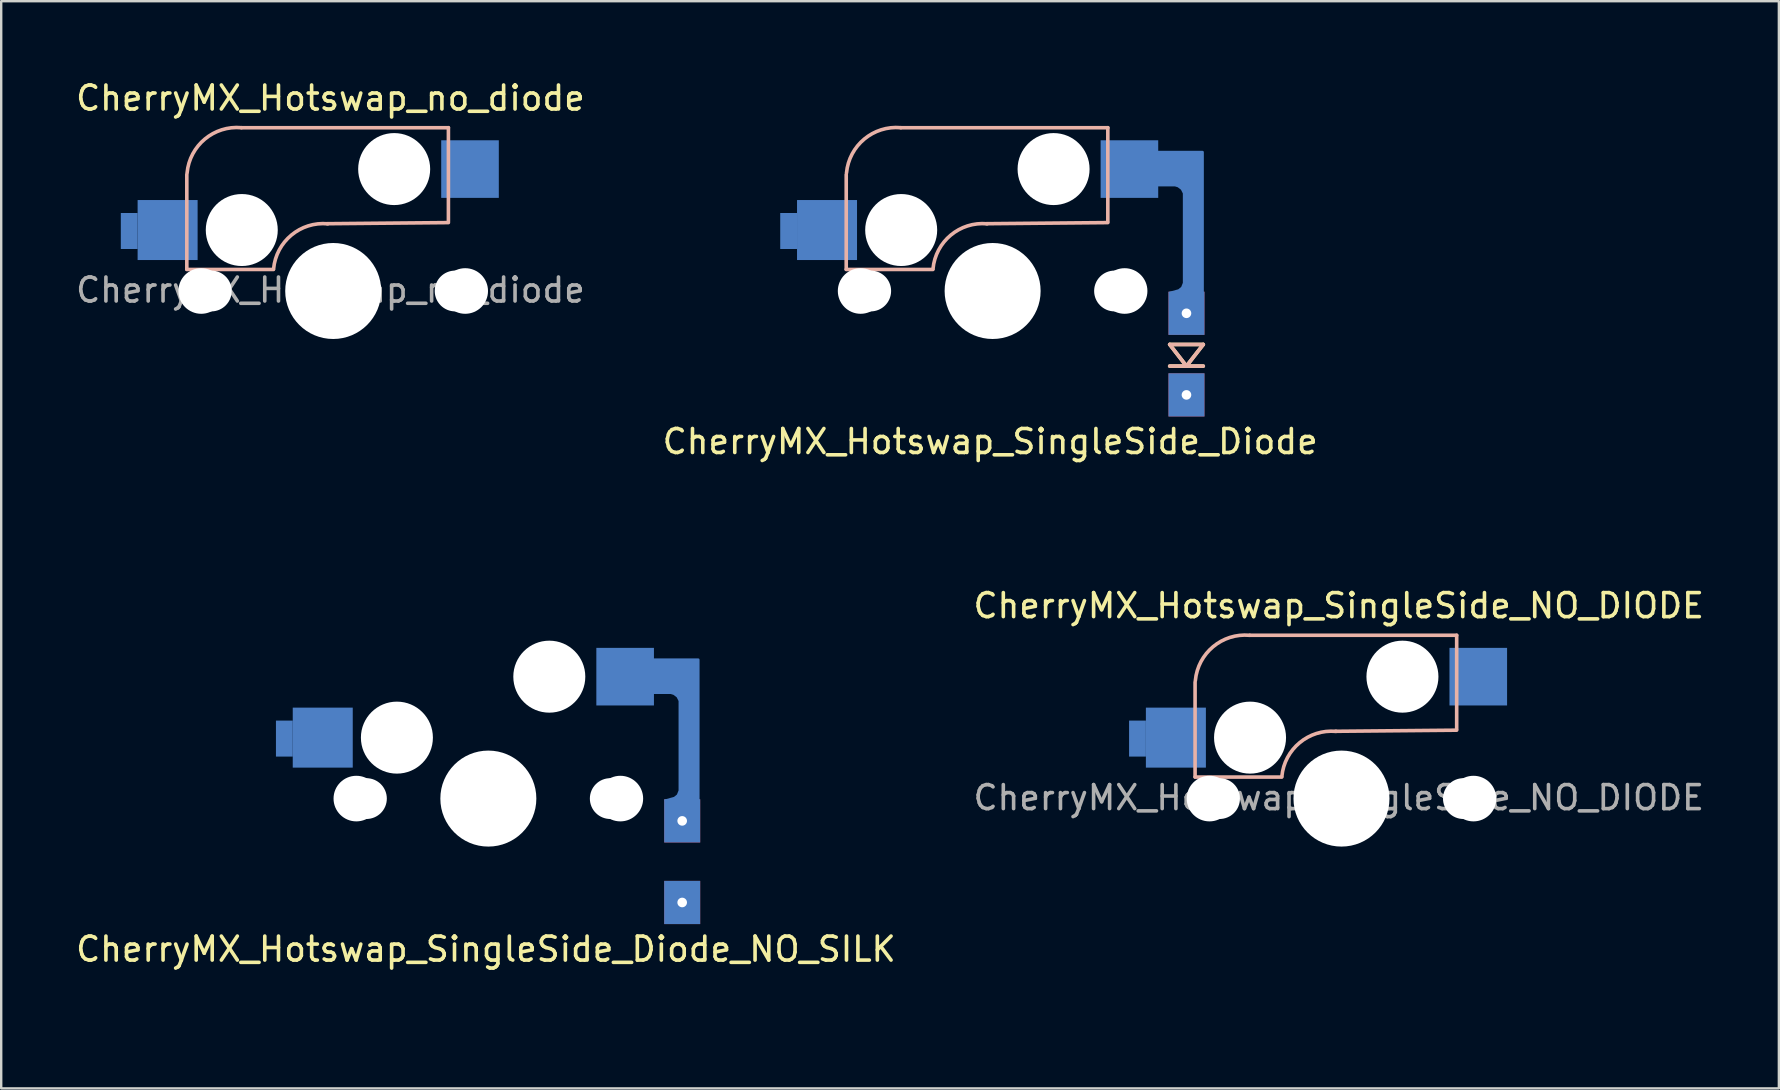
<source format=kicad_pcb>
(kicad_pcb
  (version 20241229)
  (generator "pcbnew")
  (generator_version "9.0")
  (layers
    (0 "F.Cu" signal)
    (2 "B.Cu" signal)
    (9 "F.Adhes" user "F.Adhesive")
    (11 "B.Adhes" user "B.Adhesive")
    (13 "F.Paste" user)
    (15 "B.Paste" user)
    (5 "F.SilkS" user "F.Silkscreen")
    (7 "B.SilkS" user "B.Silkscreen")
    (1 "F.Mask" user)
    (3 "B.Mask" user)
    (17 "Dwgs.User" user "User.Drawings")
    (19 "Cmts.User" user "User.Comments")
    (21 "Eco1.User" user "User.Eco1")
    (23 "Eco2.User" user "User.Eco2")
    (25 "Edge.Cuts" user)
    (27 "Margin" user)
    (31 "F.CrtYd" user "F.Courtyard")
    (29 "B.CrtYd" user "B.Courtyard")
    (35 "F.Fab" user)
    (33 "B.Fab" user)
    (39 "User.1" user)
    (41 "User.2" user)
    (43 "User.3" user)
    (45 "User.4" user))
  (footprint "CherryMX_Hotswap_SingleSide_Diode"
    (layer "F.Cu")
    (at 38.196 9.037)
    (property "Reference" "CherryMX_Hotswap_SingleSide_Diode" (at 0.013 6.312 0) (layer "F.SilkS") (effects (font (size 1 1) (thickness 0.15))))
    (attr through_hole)
    (fp_line (start 7.492 2.267) (end 8.892 2.267) (stroke (width 0.15) (type solid)) (layer "F.SilkS"))
    (fp_line (start 7.492 3.167) (end 8.892 3.167) (stroke (width 0.15) (type solid)) (layer "F.SilkS"))
    (fp_line (start 8.191 3.167) (end 7.492 2.267) (stroke (width 0.15) (type solid)) (layer "F.SilkS"))
    (fp_line (start 8.892 2.267) (end 8.191 3.167) (stroke (width 0.15) (type solid)) (layer "F.SilkS"))
    (fp_line (start -5.986 -4.812) (end -5.986 -0.867) (stroke (width 0.15) (type solid)) (layer "B.SilkS"))
    (fp_line (start -5.986 -0.858) (end -2.376 -0.858) (stroke (width 0.15) (type solid)) (layer "B.SilkS"))
    (fp_line (start 4.914 -6.766) (end -3.711 -6.766) (stroke (width 0.15) (type solid)) (layer "B.SilkS"))
    (fp_line (start 4.914 -2.858) (end 4.914 -6.766) (stroke (width 0.15) (type solid)) (layer "B.SilkS"))
    (fp_line (start 4.914 -2.812) (end -0.136 -2.766) (stroke (width 0.15) (type solid)) (layer "B.SilkS"))
    (fp_line (start 7.492 2.267) (end 8.892 2.267) (stroke (width 0.15) (type solid)) (layer "B.SilkS"))
    (fp_line (start 7.492 3.167) (end 8.892 3.167) (stroke (width 0.15) (type solid)) (layer "B.SilkS"))
    (fp_line (start 8.191 3.167) (end 7.492 2.267) (stroke (width 0.15) (type solid)) (layer "B.SilkS"))
    (fp_line (start 8.892 2.267) (end 8.191 3.167) (stroke (width 0.15) (type solid)) (layer "B.SilkS"))
    (fp_arc (start -5.9747 -4.8819) (mid -5.232889 -6.29279) (end -3.7107 -6.7659) (stroke (width 0.15) (type solid)) (layer "B.SilkS"))
    (fp_arc (start -2.370699 -0.881901) (mid -1.63006 -2.289962) (end -0.1107 -2.7619) (stroke (width 0.15) (type solid)) (layer "B.SilkS"))
    (fp_line (start -8.886 -8.962) (end 9.114 -8.962) (stroke (width 0.15) (type solid)) (layer "Eco2.User"))
    (fp_line (start -8.886 9.038) (end -8.886 -8.962) (stroke (width 0.15) (type solid)) (layer "Eco2.User"))
    (fp_line (start -6.986 -7.062) (end -6.986 7.138) (stroke (width 0.15) (type solid)) (layer "Eco2.User"))
    (fp_line (start -6.986 7.138) (end 7.214 7.138) (stroke (width 0.15) (type solid)) (layer "Eco2.User"))
    (fp_line (start 7.214 -7.062) (end -6.986 -7.062) (stroke (width 0.15) (type solid)) (layer "Eco2.User"))
    (fp_line (start 7.214 7.138) (end 7.214 -7.062) (stroke (width 0.15) (type solid)) (layer "Eco2.User"))
    (fp_line (start 9.114 -8.962) (end 9.114 9.038) (stroke (width 0.15) (type solid)) (layer "Eco2.User"))
    (fp_line (start 9.114 9.038) (end -8.886 9.038) (stroke (width 0.15) (type solid)) (layer "Eco2.User"))
    (pad "" np_thru_hole circle (at -5.386 0.038 90) (size 1.9 1.9) (drill 1.9) (layers "*.Cu" "*.Mask"))
    (pad "" np_thru_hole circle (at -4.966 0.038) (size 1.7 1.7) (drill 1.7) (layers "*.Cu" "*.Mask"))
    (pad "" np_thru_hole circle (at -3.711 -2.542 180) (size 0.1 0.1) (drill 0.1) (layers "*.Cu" "*.Mask"))
    (pad "" np_thru_hole circle (at -3.696 -2.502 180) (size 3 3) (drill 3) (layers "*.Cu" "*.Mask"))
    (pad "" np_thru_hole circle (at 0.114 0.038 90) (size 4 4) (drill 4) (layers "*.Cu" "*.Mask"))
    (pad "" np_thru_hole circle (at 2.654 -5.042 180) (size 3 3) (drill 3) (layers "*.Cu" "*.Mask"))
    (pad "" np_thru_hole circle (at 5.194 0.038) (size 1.7 1.7) (drill 1.7) (layers "*.Cu" "*.Mask"))
    (pad "" np_thru_hole circle (at 5.614 0.038 90) (size 1.9 1.9) (drill 1.9) (layers "*.Cu" "*.Mask"))
    (pad "" smd custom (at 5.814 -5.042 180) (size 2.4 2.4) (layers "B.Cu" "B.Mask" "B.Paste") (options (anchor rect)) (primitives))
    (pad "" thru_hole rect (at 8.191 0.967 90) (size 1.8 1.5) (drill 0.4) (layers "*.Cu" "*.Mask"))
    (pad "" smd custom (at 8.357 -5.245) (size 1 1) (layers "B.Cu") (options (anchor rect)) (primitives (gr_poly (pts (xy 0.508 5.359) (xy -0.851 5.359) (xy -0.483 5.258) (xy -0.343 5.144) (xy -0.267 4.953) (xy -0.267 1.206) (xy -0.356 1.029) (xy -0.508 0.914) (xy -0.635 0.876) (xy -1.384 0.876) (xy -1.384 -0.508) (xy 0.508 -0.508)) (width 0.1) (fill yes))))
    (pad "1" smd rect (at -8.386 -2.462) (size 0.7 1.5) (layers "B.Cu" "B.Mask" "B.Paste"))
    (pad "1" smd rect (at -6.786 -2.502 180) (size 2.5 2.5) (layers "B.Cu" "B.Mask" "B.Paste"))
    (pad "2" thru_hole rect (at 8.191 4.367 90) (size 1.8 1.5) (drill 0.4) (layers "*.Cu" "*.Mask")))
  (footprint "CherryMX_Hotswap_no_diode"
    (layer "F.Cu")
    (at 10.72 9.037)
    (property "Reference" "CherryMX_Hotswap_no_diode" (at 0 -8 0) (layer "F.SilkS") (effects (font (size 1 1) (thickness 0.15))))
    (attr through_hole)
    (fp_line (start -5.986 -4.812) (end -5.986 -0.867) (stroke (width 0.15) (type solid)) (layer "B.SilkS"))
    (fp_line (start -5.986 -0.858) (end -2.376 -0.858) (stroke (width 0.15) (type solid)) (layer "B.SilkS"))
    (fp_line (start 4.914 -6.766) (end -3.711 -6.766) (stroke (width 0.15) (type solid)) (layer "B.SilkS"))
    (fp_line (start 4.914 -2.858) (end 4.914 -6.766) (stroke (width 0.15) (type solid)) (layer "B.SilkS"))
    (fp_line (start 4.914 -2.812) (end -0.136 -2.766) (stroke (width 0.15) (type solid)) (layer "B.SilkS"))
    (fp_arc (start -5.9747 -4.8819) (mid -5.232889 -6.29279) (end -3.7107 -6.7659) (stroke (width 0.15) (type solid)) (layer "B.SilkS"))
    (fp_arc (start -2.370699 -0.881901) (mid -1.63006 -2.289962) (end -0.1107 -2.7619) (stroke (width 0.15) (type solid)) (layer "B.SilkS"))
    (fp_line (start -8.886 -8.962) (end 9.114 -8.962) (stroke (width 0.15) (type solid)) (layer "Eco2.User"))
    (fp_line (start -8.886 9.038) (end -8.886 -8.962) (stroke (width 0.15) (type solid)) (layer "Eco2.User"))
    (fp_line (start -6.986 -7.062) (end -6.986 7.138) (stroke (width 0.15) (type solid)) (layer "Eco2.User"))
    (fp_line (start -6.986 7.138) (end 7.214 7.138) (stroke (width 0.15) (type solid)) (layer "Eco2.User"))
    (fp_line (start 7.214 -7.062) (end -6.986 -7.062) (stroke (width 0.15) (type solid)) (layer "Eco2.User"))
    (fp_line (start 7.214 7.138) (end 7.214 -7.062) (stroke (width 0.15) (type solid)) (layer "Eco2.User"))
    (fp_line (start 9.114 -8.962) (end 9.114 9.038) (stroke (width 0.15) (type solid)) (layer "Eco2.User"))
    (fp_line (start 9.114 9.038) (end -8.886 9.038) (stroke (width 0.15) (type solid)) (layer "Eco2.User"))
    (fp_text user "${REFERENCE}" (at 0 0 0) (layer "F.Fab") (effects (font (size 1 1) (thickness 0.15))))
    (pad "" np_thru_hole circle (at -5.386 0.038 90) (size 1.9 1.9) (drill 1.9) (layers "*.Cu" "*.Mask"))
    (pad "" np_thru_hole circle (at -4.966 0.038) (size 1.7 1.7) (drill 1.7) (layers "*.Cu" "*.Mask"))
    (pad "" np_thru_hole circle (at -3.711 -2.542 180) (size 0.1 0.1) (drill 0.1) (layers "*.Cu" "*.Mask"))
    (pad "" np_thru_hole circle (at -3.696 -2.502 180) (size 3 3) (drill 3) (layers "*.Cu" "*.Mask"))
    (pad "" np_thru_hole circle (at 0.114 0.038 90) (size 4 4) (drill 4) (layers "*.Cu" "*.Mask"))
    (pad "" np_thru_hole circle (at 2.654 -5.042 180) (size 3 3) (drill 3) (layers "*.Cu" "*.Mask"))
    (pad "" np_thru_hole circle (at 5.194 0.038) (size 1.7 1.7) (drill 1.7) (layers "*.Cu" "*.Mask"))
    (pad "" np_thru_hole circle (at 5.614 0.038 90) (size 1.9 1.9) (drill 1.9) (layers "*.Cu" "*.Mask"))
    (pad "1" smd rect (at -8.386 -2.462) (size 0.7 1.5) (layers "B.Cu" "B.Mask" "B.Paste"))
    (pad "1" smd rect (at -6.786 -2.502 180) (size 2.5 2.5) (layers "B.Cu" "B.Mask" "B.Paste"))
    (pad "2" smd rect (at 5.814 -5.042 180) (size 2.4 2.4) (layers "B.Cu" "B.Mask" "B.Paste")))
  (footprint "CherryMX_Hotswap_SingleSide_Diode_NO_SILK"
    (layer "F.Cu")
    (at 17.184 30.187)
    (property "Reference" "CherryMX_Hotswap_SingleSide_Diode_NO_SILK" (at 0.013 6.312 0) (layer "F.SilkS") (effects (font (size 1 1) (thickness 0.15))))
    (attr through_hole)
    (fp_line (start -8.886 -8.962) (end 9.114 -8.962) (stroke (width 0.15) (type solid)) (layer "Eco2.User"))
    (fp_line (start -8.886 9.038) (end -8.886 -8.962) (stroke (width 0.15) (type solid)) (layer "Eco2.User"))
    (fp_line (start -6.986 -7.062) (end -6.986 7.138) (stroke (width 0.15) (type solid)) (layer "Eco2.User"))
    (fp_line (start -6.986 7.138) (end 7.214 7.138) (stroke (width 0.15) (type solid)) (layer "Eco2.User"))
    (fp_line (start 7.214 -7.062) (end -6.986 -7.062) (stroke (width 0.15) (type solid)) (layer "Eco2.User"))
    (fp_line (start 7.214 7.138) (end 7.214 -7.062) (stroke (width 0.15) (type solid)) (layer "Eco2.User"))
    (fp_line (start 9.114 -8.962) (end 9.114 9.038) (stroke (width 0.15) (type solid)) (layer "Eco2.User"))
    (fp_line (start 9.114 9.038) (end -8.886 9.038) (stroke (width 0.15) (type solid)) (layer "Eco2.User"))
    (pad "" np_thru_hole circle (at -5.386 0.038 90) (size 1.9 1.9) (drill 1.9) (layers "*.Cu" "*.Mask"))
    (pad "" np_thru_hole circle (at -4.966 0.038) (size 1.7 1.7) (drill 1.7) (layers "*.Cu" "*.Mask"))
    (pad "" np_thru_hole circle (at -3.711 -2.542 180) (size 0.1 0.1) (drill 0.1) (layers "*.Cu" "*.Mask"))
    (pad "" np_thru_hole circle (at -3.696 -2.502 180) (size 3 3) (drill 3) (layers "*.Cu" "*.Mask"))
    (pad "" np_thru_hole circle (at 0.114 0.038 90) (size 4 4) (drill 4) (layers "*.Cu" "*.Mask"))
    (pad "" np_thru_hole circle (at 2.654 -5.042 180) (size 3 3) (drill 3) (layers "*.Cu" "*.Mask"))
    (pad "" np_thru_hole circle (at 5.194 0.038) (size 1.7 1.7) (drill 1.7) (layers "*.Cu" "*.Mask"))
    (pad "" np_thru_hole circle (at 5.614 0.038 90) (size 1.9 1.9) (drill 1.9) (layers "*.Cu" "*.Mask"))
    (pad "" smd custom (at 5.814 -5.042 180) (size 2.4 2.4) (layers "B.Cu" "B.Mask" "B.Paste") (options (anchor rect)) (primitives))
    (pad "" thru_hole rect (at 8.191 0.967 90) (size 1.8 1.5) (drill 0.4) (layers "*.Cu" "*.Mask"))
    (pad "" smd custom (at 8.357 -5.245) (size 1 1) (layers "B.Cu") (options (anchor rect)) (primitives (gr_poly (pts (xy 0.508 5.359) (xy -0.851 5.359) (xy -0.483 5.258) (xy -0.343 5.144) (xy -0.267 4.953) (xy -0.267 1.206) (xy -0.356 1.029) (xy -0.508 0.914) (xy -0.635 0.876) (xy -1.384 0.876) (xy -1.384 -0.508) (xy 0.508 -0.508)) (width 0.1) (fill yes))))
    (pad "1" smd rect (at -8.386 -2.462) (size 0.7 1.5) (layers "B.Cu" "B.Mask" "B.Paste"))
    (pad "1" smd rect (at -6.786 -2.502 180) (size 2.5 2.5) (layers "B.Cu" "B.Mask" "B.Paste"))
    (pad "2" thru_hole rect (at 8.191 4.367 90) (size 1.8 1.5) (drill 0.4) (layers "*.Cu" "*.Mask")))
  (footprint "CherryMX_Hotswap_SingleSide_NO_DIODE"
    (layer "F.Cu")
    (at 52.732 30.187)
    (property "Reference" "CherryMX_Hotswap_SingleSide_NO_DIODE" (at 0 -8 0) (layer "F.SilkS") (effects (font (size 1 1) (thickness 0.15))))
    (attr through_hole)
    (fp_line (start -5.986 -4.812) (end -5.986 -0.867) (stroke (width 0.15) (type solid)) (layer "B.SilkS"))
    (fp_line (start -5.986 -0.858) (end -2.376 -0.858) (stroke (width 0.15) (type solid)) (layer "B.SilkS"))
    (fp_line (start 4.914 -6.766) (end -3.711 -6.766) (stroke (width 0.15) (type solid)) (layer "B.SilkS"))
    (fp_line (start 4.914 -2.858) (end 4.914 -6.766) (stroke (width 0.15) (type solid)) (layer "B.SilkS"))
    (fp_line (start 4.914 -2.812) (end -0.136 -2.766) (stroke (width 0.15) (type solid)) (layer "B.SilkS"))
    (fp_arc (start -5.9747 -4.8819) (mid -5.232889 -6.29279) (end -3.7107 -6.7659) (stroke (width 0.15) (type solid)) (layer "B.SilkS"))
    (fp_arc (start -2.370699 -0.881901) (mid -1.63006 -2.289962) (end -0.1107 -2.7619) (stroke (width 0.15) (type solid)) (layer "B.SilkS"))
    (fp_line (start -8.886 -8.962) (end 9.114 -8.962) (stroke (width 0.15) (type solid)) (layer "Eco2.User"))
    (fp_line (start -8.886 9.038) (end -8.886 -8.962) (stroke (width 0.15) (type solid)) (layer "Eco2.User"))
    (fp_line (start -6.986 -7.062) (end -6.986 7.138) (stroke (width 0.15) (type solid)) (layer "Eco2.User"))
    (fp_line (start -6.986 7.138) (end 7.214 7.138) (stroke (width 0.15) (type solid)) (layer "Eco2.User"))
    (fp_line (start 7.214 -7.062) (end -6.986 -7.062) (stroke (width 0.15) (type solid)) (layer "Eco2.User"))
    (fp_line (start 7.214 7.138) (end 7.214 -7.062) (stroke (width 0.15) (type solid)) (layer "Eco2.User"))
    (fp_line (start 9.114 -8.962) (end 9.114 9.038) (stroke (width 0.15) (type solid)) (layer "Eco2.User"))
    (fp_line (start 9.114 9.038) (end -8.886 9.038) (stroke (width 0.15) (type solid)) (layer "Eco2.User"))
    (fp_text user "${REFERENCE}" (at 0 0 0) (layer "F.Fab") (effects (font (size 1 1) (thickness 0.15))))
    (pad "" np_thru_hole circle (at -5.386 0.038 90) (size 1.9 1.9) (drill 1.9) (layers "*.Cu" "*.Mask"))
    (pad "" np_thru_hole circle (at -4.966 0.038) (size 1.7 1.7) (drill 1.7) (layers "*.Cu" "*.Mask"))
    (pad "" np_thru_hole circle (at -3.711 -2.542 180) (size 0.1 0.1) (drill 0.1) (layers "*.Cu" "*.Mask"))
    (pad "" np_thru_hole circle (at -3.696 -2.502 180) (size 3 3) (drill 3) (layers "*.Cu" "*.Mask"))
    (pad "" np_thru_hole circle (at 0.114 0.038 90) (size 4 4) (drill 4) (layers "*.Cu" "*.Mask"))
    (pad "" np_thru_hole circle (at 2.654 -5.042 180) (size 3 3) (drill 3) (layers "*.Cu" "*.Mask"))
    (pad "" np_thru_hole circle (at 5.194 0.038) (size 1.7 1.7) (drill 1.7) (layers "*.Cu" "*.Mask"))
    (pad "" np_thru_hole circle (at 5.614 0.038 90) (size 1.9 1.9) (drill 1.9) (layers "*.Cu" "*.Mask"))
    (pad "1" smd rect (at -8.386 -2.462) (size 0.7 1.5) (layers "B.Cu" "B.Mask" "B.Paste"))
    (pad "1" smd rect (at -6.786 -2.502 180) (size 2.5 2.5) (layers "B.Cu" "B.Mask" "B.Paste"))
    (pad "2" smd rect (at 5.814 -5.042 180) (size 2.4 2.4) (layers "B.Cu" "B.Mask" "B.Paste")))
  (gr_rect
    (start -3 -3)
    (end 71.071 42.3)
    (stroke (width 0.1) (type default))
    (fill no)
    (layer "Edge.Cuts")))
</source>
